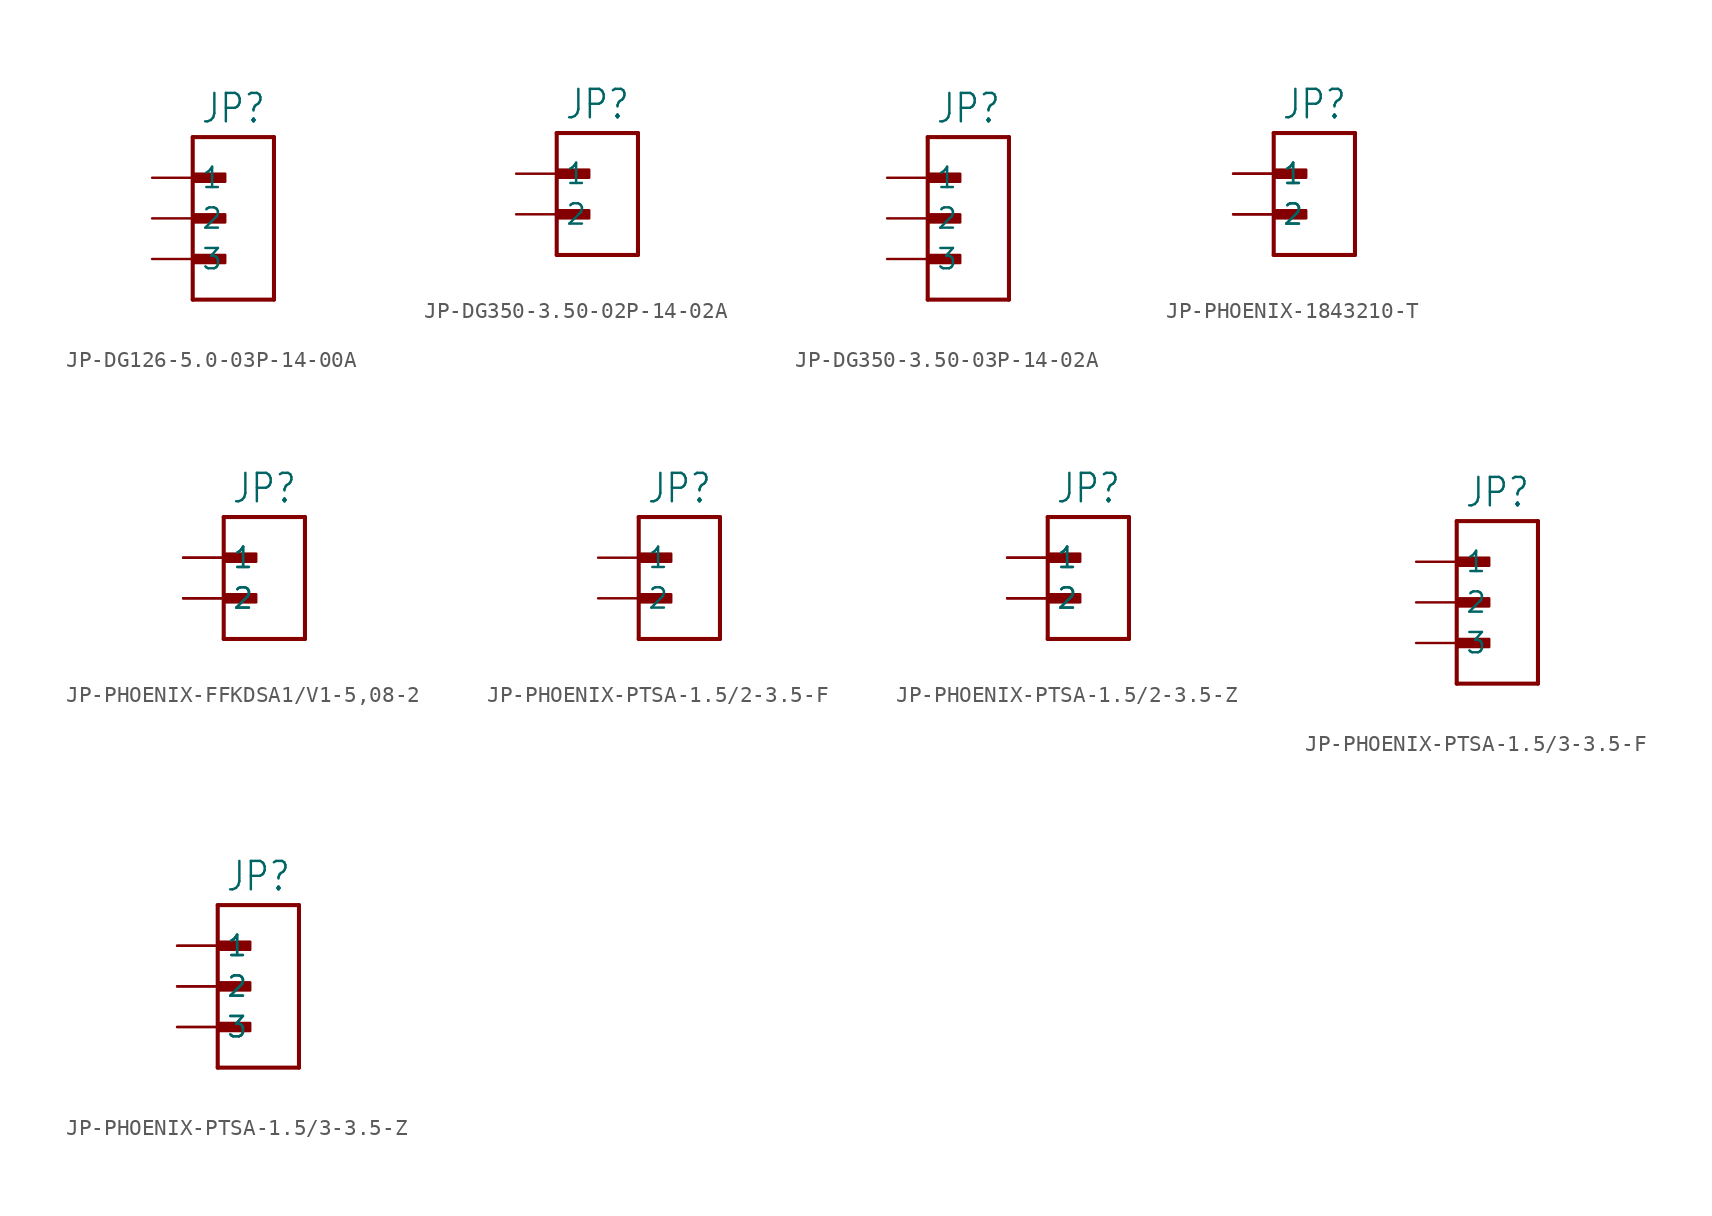
<source format=kicad_sym>
(kicad_symbol_lib
  (version 20231120)
  (generator "kicad_symbol_editor")
  (generator_version "8.0")
  (symbol "JP-DG126-5.0-03P-14-00A"
    (property "Reference" "JP"
      (at 0 5.842 0)
      (effects (font (size 1.778 1.511)) (justify bottom)))
    (property "Value" ""
      (at 0 -5.842 0)
      (effects (font (size 1.778 1.511)) (justify top)))
    (property "ki_locked" ""
      (at 0 0 0)
      (effects (font (size 1.27 1.27))))
    (symbol "JP-DG126-5.0-03P-14-00A_1_0"
      (rectangle (start -2.54 -2.794) (end -0.508 -2.286) (stroke (width 0) (type default)) (fill (type outline)))
      (rectangle (start -2.54 -0.254) (end -0.508 0.254) (stroke (width 0) (type default)) (fill (type outline)))
      (rectangle (start -2.54 2.286) (end -0.508 2.794) (stroke (width 0) (type default)) (fill (type outline)))
      (polyline (pts (xy -2.54 -5.08) (xy -2.54 5.08)) (stroke (width 0.254) (type solid)) (fill (type none)))
      (polyline (pts (xy -2.54 5.08) (xy 2.54 5.08)) (stroke (width 0.254) (type solid)) (fill (type none)))
      (polyline (pts (xy 2.54 -5.08) (xy -2.54 -5.08)) (stroke (width 0.254) (type solid)) (fill (type none)))
      (polyline (pts (xy 2.54 5.08) (xy 2.54 -5.08)) (stroke (width 0.254) (type solid)) (fill (type none)))
      (pin passive line (at -5.08 2.54 0) (length 2.54) (name "1" (effects (font (size 1.27 1.27)))) (number "1" (effects (font (size 0 0)))))
      (pin passive line (at -5.08 0 0) (length 2.54) (name "2" (effects (font (size 1.27 1.27)))) (number "2" (effects (font (size 0 0)))))
      (pin passive line (at -5.08 -2.54 0) (length 2.54) (name "3" (effects (font (size 1.27 1.27)))) (number "3" (effects (font (size 0 0)))))))
  (symbol "JP-DG350-3.50-02P-14-02A"
    (property "Reference" "JP"
      (at 0 3.302 0)
      (effects (font (size 1.778 1.511)) (justify bottom)))
    (property "Value" ""
      (at 0 -5.842 0)
      (effects (font (size 1.778 1.511)) (justify top)))
    (property "ki_locked" ""
      (at 0 0 0)
      (effects (font (size 1.27 1.27))))
    (symbol "JP-DG350-3.50-02P-14-02A_1_0"
      (rectangle (start -2.54 -2.794) (end -0.508 -2.286) (stroke (width 0) (type default)) (fill (type outline)))
      (rectangle (start -2.54 -0.254) (end -0.508 0.254) (stroke (width 0) (type default)) (fill (type outline)))
      (polyline (pts (xy -2.54 -5.08) (xy -2.54 2.54)) (stroke (width 0.254) (type solid)) (fill (type none)))
      (polyline (pts (xy -2.54 2.54) (xy 2.54 2.54)) (stroke (width 0.254) (type solid)) (fill (type none)))
      (polyline (pts (xy 2.54 -5.08) (xy -2.54 -5.08)) (stroke (width 0.254) (type solid)) (fill (type none)))
      (polyline (pts (xy 2.54 2.54) (xy 2.54 -5.08)) (stroke (width 0.254) (type solid)) (fill (type none)))
      (pin passive line (at -5.08 0 0) (length 2.54) (name "1" (effects (font (size 1.27 1.27)))) (number "1" (effects (font (size 0 0)))))
      (pin passive line (at -5.08 -2.54 0) (length 2.54) (name "2" (effects (font (size 1.27 1.27)))) (number "2" (effects (font (size 0 0)))))))
  (symbol "JP-DG350-3.50-03P-14-02A"
    (property "Reference" "JP"
      (at 0 5.842 0)
      (effects (font (size 1.778 1.511)) (justify bottom)))
    (property "Value" ""
      (at 0 -5.842 0)
      (effects (font (size 1.778 1.511)) (justify top)))
    (property "ki_locked" ""
      (at 0 0 0)
      (effects (font (size 1.27 1.27))))
    (symbol "JP-DG350-3.50-03P-14-02A_1_0"
      (rectangle (start -2.54 -2.794) (end -0.508 -2.286) (stroke (width 0) (type default)) (fill (type outline)))
      (rectangle (start -2.54 -0.254) (end -0.508 0.254) (stroke (width 0) (type default)) (fill (type outline)))
      (rectangle (start -2.54 2.286) (end -0.508 2.794) (stroke (width 0) (type default)) (fill (type outline)))
      (polyline (pts (xy -2.54 -5.08) (xy -2.54 5.08)) (stroke (width 0.254) (type solid)) (fill (type none)))
      (polyline (pts (xy -2.54 5.08) (xy 2.54 5.08)) (stroke (width 0.254) (type solid)) (fill (type none)))
      (polyline (pts (xy 2.54 -5.08) (xy -2.54 -5.08)) (stroke (width 0.254) (type solid)) (fill (type none)))
      (polyline (pts (xy 2.54 5.08) (xy 2.54 -5.08)) (stroke (width 0.254) (type solid)) (fill (type none)))
      (pin passive line (at -5.08 2.54 0) (length 2.54) (name "1" (effects (font (size 1.27 1.27)))) (number "1" (effects (font (size 0 0)))))
      (pin passive line (at -5.08 0 0) (length 2.54) (name "2" (effects (font (size 1.27 1.27)))) (number "2" (effects (font (size 0 0)))))
      (pin passive line (at -5.08 -2.54 0) (length 2.54) (name "3" (effects (font (size 1.27 1.27)))) (number "3" (effects (font (size 0 0)))))))
  (symbol "JP-PHOENIX-1843210-T"
    (property "Reference" "JP"
      (at 0 3.302 0)
      (effects (font (size 1.778 1.511)) (justify bottom)))
    (property "Value" ""
      (at 0 -5.842 0)
      (effects (font (size 1.778 1.511)) (justify top)))
    (property "ki_locked" ""
      (at 0 0 0)
      (effects (font (size 1.27 1.27))))
    (symbol "JP-PHOENIX-1843210-T_1_0"
      (rectangle (start -2.54 -2.794) (end -0.508 -2.286) (stroke (width 0) (type default)) (fill (type outline)))
      (rectangle (start -2.54 -0.254) (end -0.508 0.254) (stroke (width 0) (type default)) (fill (type outline)))
      (polyline (pts (xy -2.54 -5.08) (xy -2.54 2.54)) (stroke (width 0.254) (type solid)) (fill (type none)))
      (polyline (pts (xy -2.54 2.54) (xy 2.54 2.54)) (stroke (width 0.254) (type solid)) (fill (type none)))
      (polyline (pts (xy 2.54 -5.08) (xy -2.54 -5.08)) (stroke (width 0.254) (type solid)) (fill (type none)))
      (polyline (pts (xy 2.54 2.54) (xy 2.54 -5.08)) (stroke (width 0.254) (type solid)) (fill (type none)))
      (pin passive line (at -5.08 0 0) (length 2.54) (name "1" (effects (font (size 1.27 1.27)))) (number "1A" (effects (font (size 0 0)))))
      (pin passive line (at -5.08 0 0) (length 2.54) (name "1" (effects (font (size 1.27 1.27)))) (number "1B" (effects (font (size 0 0)))))
      (pin passive line (at -5.08 -2.54 0) (length 2.54) (name "2" (effects (font (size 1.27 1.27)))) (number "2A" (effects (font (size 0 0)))))
      (pin passive line (at -5.08 -2.54 0) (length 2.54) (name "2" (effects (font (size 1.27 1.27)))) (number "2B" (effects (font (size 0 0)))))))
  (symbol "JP-PHOENIX-FFKDSA1/V1-5,08-2"
    (property "Reference" "JP"
      (at 0 3.302 0)
      (effects (font (size 1.778 1.511)) (justify bottom)))
    (property "Value" ""
      (at 0 -5.842 0)
      (effects (font (size 1.778 1.511)) (justify top)))
    (property "ki_locked" ""
      (at 0 0 0)
      (effects (font (size 1.27 1.27))))
    (symbol "JP-PHOENIX-FFKDSA1/V1-5,08-2_1_0"
      (rectangle (start -2.54 -2.794) (end -0.508 -2.286) (stroke (width 0) (type default)) (fill (type outline)))
      (rectangle (start -2.54 -0.254) (end -0.508 0.254) (stroke (width 0) (type default)) (fill (type outline)))
      (polyline (pts (xy -2.54 -5.08) (xy -2.54 2.54)) (stroke (width 0.254) (type solid)) (fill (type none)))
      (polyline (pts (xy -2.54 2.54) (xy 2.54 2.54)) (stroke (width 0.254) (type solid)) (fill (type none)))
      (polyline (pts (xy 2.54 -5.08) (xy -2.54 -5.08)) (stroke (width 0.254) (type solid)) (fill (type none)))
      (polyline (pts (xy 2.54 2.54) (xy 2.54 -5.08)) (stroke (width 0.254) (type solid)) (fill (type none)))
      (pin passive line (at -5.08 0 0) (length 2.54) (name "1" (effects (font (size 1.27 1.27)))) (number "1" (effects (font (size 0 0)))))
      (pin passive line (at -5.08 0 0) (length 2.54) (name "1" (effects (font (size 1.27 1.27)))) (number "1A" (effects (font (size 0 0)))))
      (pin passive line (at -5.08 -2.54 0) (length 2.54) (name "2" (effects (font (size 1.27 1.27)))) (number "2" (effects (font (size 0 0)))))
      (pin passive line (at -5.08 -2.54 0) (length 2.54) (name "2" (effects (font (size 1.27 1.27)))) (number "2A" (effects (font (size 0 0)))))))
  (symbol "JP-PHOENIX-PTSA-1.5/2-3.5-F"
    (property "Reference" "JP"
      (at 0 3.302 0)
      (effects (font (size 1.778 1.511)) (justify bottom)))
    (property "Value" ""
      (at 0 -5.842 0)
      (effects (font (size 1.778 1.511)) (justify top)))
    (property "ki_locked" ""
      (at 0 0 0)
      (effects (font (size 1.27 1.27))))
    (symbol "JP-PHOENIX-PTSA-1.5/2-3.5-F_1_0"
      (rectangle (start -2.54 -2.794) (end -0.508 -2.286) (stroke (width 0) (type default)) (fill (type outline)))
      (rectangle (start -2.54 -0.254) (end -0.508 0.254) (stroke (width 0) (type default)) (fill (type outline)))
      (polyline (pts (xy -2.54 -5.08) (xy -2.54 2.54)) (stroke (width 0.254) (type solid)) (fill (type none)))
      (polyline (pts (xy -2.54 2.54) (xy 2.54 2.54)) (stroke (width 0.254) (type solid)) (fill (type none)))
      (polyline (pts (xy 2.54 -5.08) (xy -2.54 -5.08)) (stroke (width 0.254) (type solid)) (fill (type none)))
      (polyline (pts (xy 2.54 2.54) (xy 2.54 -5.08)) (stroke (width 0.254) (type solid)) (fill (type none)))
      (pin passive line (at -5.08 0 0) (length 2.54) (name "1" (effects (font (size 1.27 1.27)))) (number "1" (effects (font (size 0 0)))))
      (pin passive line (at -5.08 -2.54 0) (length 2.54) (name "2" (effects (font (size 1.27 1.27)))) (number "2" (effects (font (size 0 0)))))))
  (symbol "JP-PHOENIX-PTSA-1.5/2-3.5-Z"
    (property "Reference" "JP"
      (at 0 3.302 0)
      (effects (font (size 1.778 1.511)) (justify bottom)))
    (property "Value" ""
      (at 0 -5.842 0)
      (effects (font (size 1.778 1.511)) (justify top)))
    (property "ki_locked" ""
      (at 0 0 0)
      (effects (font (size 1.27 1.27))))
    (symbol "JP-PHOENIX-PTSA-1.5/2-3.5-Z_1_0"
      (rectangle (start -2.54 -2.794) (end -0.508 -2.286) (stroke (width 0) (type default)) (fill (type outline)))
      (rectangle (start -2.54 -0.254) (end -0.508 0.254) (stroke (width 0) (type default)) (fill (type outline)))
      (polyline (pts (xy -2.54 -5.08) (xy -2.54 2.54)) (stroke (width 0.254) (type solid)) (fill (type none)))
      (polyline (pts (xy -2.54 2.54) (xy 2.54 2.54)) (stroke (width 0.254) (type solid)) (fill (type none)))
      (polyline (pts (xy 2.54 -5.08) (xy -2.54 -5.08)) (stroke (width 0.254) (type solid)) (fill (type none)))
      (polyline (pts (xy 2.54 2.54) (xy 2.54 -5.08)) (stroke (width 0.254) (type solid)) (fill (type none)))
      (pin passive line (at -5.08 0 0) (length 2.54) (name "1" (effects (font (size 1.27 1.27)))) (number "1A" (effects (font (size 0 0)))))
      (pin passive line (at -5.08 0 0) (length 2.54) (name "1" (effects (font (size 1.27 1.27)))) (number "1B" (effects (font (size 0 0)))))
      (pin passive line (at -5.08 -2.54 0) (length 2.54) (name "2" (effects (font (size 1.27 1.27)))) (number "2A" (effects (font (size 0 0)))))
      (pin passive line (at -5.08 -2.54 0) (length 2.54) (name "2" (effects (font (size 1.27 1.27)))) (number "2B" (effects (font (size 0 0)))))))
  (symbol "JP-PHOENIX-PTSA-1.5/3-3.5-F"
    (property "Reference" "JP"
      (at 0 5.842 0)
      (effects (font (size 1.778 1.511)) (justify bottom)))
    (property "Value" ""
      (at 0 -5.842 0)
      (effects (font (size 1.778 1.511)) (justify top)))
    (property "ki_locked" ""
      (at 0 0 0)
      (effects (font (size 1.27 1.27))))
    (symbol "JP-PHOENIX-PTSA-1.5/3-3.5-F_1_0"
      (rectangle (start -2.54 -2.794) (end -0.508 -2.286) (stroke (width 0) (type default)) (fill (type outline)))
      (rectangle (start -2.54 -0.254) (end -0.508 0.254) (stroke (width 0) (type default)) (fill (type outline)))
      (rectangle (start -2.54 2.286) (end -0.508 2.794) (stroke (width 0) (type default)) (fill (type outline)))
      (polyline (pts (xy -2.54 -5.08) (xy -2.54 5.08)) (stroke (width 0.254) (type solid)) (fill (type none)))
      (polyline (pts (xy -2.54 5.08) (xy 2.54 5.08)) (stroke (width 0.254) (type solid)) (fill (type none)))
      (polyline (pts (xy 2.54 -5.08) (xy -2.54 -5.08)) (stroke (width 0.254) (type solid)) (fill (type none)))
      (polyline (pts (xy 2.54 5.08) (xy 2.54 -5.08)) (stroke (width 0.254) (type solid)) (fill (type none)))
      (pin passive line (at -5.08 2.54 0) (length 2.54) (name "1" (effects (font (size 1.27 1.27)))) (number "1" (effects (font (size 0 0)))))
      (pin passive line (at -5.08 0 0) (length 2.54) (name "2" (effects (font (size 1.27 1.27)))) (number "2" (effects (font (size 0 0)))))
      (pin passive line (at -5.08 -2.54 0) (length 2.54) (name "3" (effects (font (size 1.27 1.27)))) (number "3" (effects (font (size 0 0)))))))
  (symbol "JP-PHOENIX-PTSA-1.5/3-3.5-Z"
    (property "Reference" "JP"
      (at 0 5.842 0)
      (effects (font (size 1.778 1.511)) (justify bottom)))
    (property "Value" ""
      (at 0 -5.842 0)
      (effects (font (size 1.778 1.511)) (justify top)))
    (property "ki_locked" ""
      (at 0 0 0)
      (effects (font (size 1.27 1.27))))
    (symbol "JP-PHOENIX-PTSA-1.5/3-3.5-Z_1_0"
      (rectangle (start -2.54 -2.794) (end -0.508 -2.286) (stroke (width 0) (type default)) (fill (type outline)))
      (rectangle (start -2.54 -0.254) (end -0.508 0.254) (stroke (width 0) (type default)) (fill (type outline)))
      (rectangle (start -2.54 2.286) (end -0.508 2.794) (stroke (width 0) (type default)) (fill (type outline)))
      (polyline (pts (xy -2.54 -5.08) (xy -2.54 5.08)) (stroke (width 0.254) (type solid)) (fill (type none)))
      (polyline (pts (xy -2.54 5.08) (xy 2.54 5.08)) (stroke (width 0.254) (type solid)) (fill (type none)))
      (polyline (pts (xy 2.54 -5.08) (xy -2.54 -5.08)) (stroke (width 0.254) (type solid)) (fill (type none)))
      (polyline (pts (xy 2.54 5.08) (xy 2.54 -5.08)) (stroke (width 0.254) (type solid)) (fill (type none)))
      (pin passive line (at -5.08 2.54 0) (length 2.54) (name "1" (effects (font (size 1.27 1.27)))) (number "1A" (effects (font (size 0 0)))))
      (pin passive line (at -5.08 2.54 0) (length 2.54) (name "1" (effects (font (size 1.27 1.27)))) (number "1B" (effects (font (size 0 0)))))
      (pin passive line (at -5.08 0 0) (length 2.54) (name "2" (effects (font (size 1.27 1.27)))) (number "2A" (effects (font (size 0 0)))))
      (pin passive line (at -5.08 0 0) (length 2.54) (name "2" (effects (font (size 1.27 1.27)))) (number "2B" (effects (font (size 0 0)))))
      (pin passive line (at -5.08 -2.54 0) (length 2.54) (name "3" (effects (font (size 1.27 1.27)))) (number "3A" (effects (font (size 0 0)))))
      (pin passive line (at -5.08 -2.54 0) (length 2.54) (name "3" (effects (font (size 1.27 1.27)))) (number "3B" (effects (font (size 0 0))))))))
</source>
